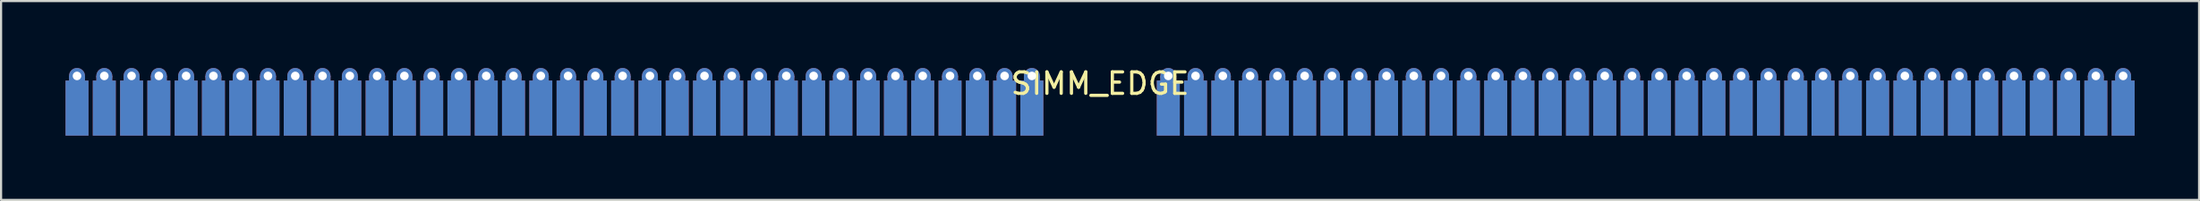
<source format=kicad_pcb>
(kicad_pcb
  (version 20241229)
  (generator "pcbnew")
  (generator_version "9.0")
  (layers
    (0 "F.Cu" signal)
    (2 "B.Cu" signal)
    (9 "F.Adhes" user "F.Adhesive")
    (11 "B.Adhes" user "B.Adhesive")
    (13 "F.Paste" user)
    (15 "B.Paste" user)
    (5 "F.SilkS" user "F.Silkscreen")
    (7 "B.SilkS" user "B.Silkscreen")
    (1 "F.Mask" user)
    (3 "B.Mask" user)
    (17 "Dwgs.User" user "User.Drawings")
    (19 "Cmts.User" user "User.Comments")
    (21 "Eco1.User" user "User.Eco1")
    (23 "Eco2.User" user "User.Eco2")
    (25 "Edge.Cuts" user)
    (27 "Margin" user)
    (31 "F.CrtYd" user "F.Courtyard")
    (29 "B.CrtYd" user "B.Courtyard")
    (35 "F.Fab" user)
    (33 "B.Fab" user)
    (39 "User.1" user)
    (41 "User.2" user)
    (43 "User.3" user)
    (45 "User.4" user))
  (footprint "SIMM_EDGE"
    (layer "F.Cu")
    (at 48.16 1.348)
    (property "Reference" "SIMM_EDGE" (at 0 -0.5 0) (unlocked yes) (layer "F.SilkS") (effects (font (size 1 1) (thickness 0.15))))
    (attr smd)
    (pad "1" thru_hole circle (at 47.625 -0.857) (size 0.741 0.741) (drill 0.399) (layers "*.Cu" "*.Mask"))
    (pad "1" connect rect (at 47.625 0.427) (size 0.741 2.569) (layers "F.Cu" "F.Mask"))
    (pad "1" connect rect (at 47.625 0.427) (size 0.741 2.569) (layers "B.Cu" "B.Mask"))
    (pad "1" connect rect (at 47.625 0.643) (size 1.07 2.569) (layers "F.Cu" "F.Mask"))
    (pad "1" connect rect (at 47.625 0.643) (size 1.07 2.569) (layers "B.Cu" "B.Mask"))
    (pad "2" thru_hole circle (at 46.355 -0.857) (size 0.741 0.741) (drill 0.399) (layers "*.Cu" "*.Mask"))
    (pad "2" connect rect (at 46.355 0.427) (size 0.741 2.569) (layers "F.Cu" "F.Mask"))
    (pad "2" connect rect (at 46.355 0.427) (size 0.741 2.569) (layers "B.Cu" "B.Mask"))
    (pad "2" connect rect (at 46.355 0.643) (size 1.07 2.569) (layers "F.Cu" "F.Mask"))
    (pad "2" connect rect (at 46.355 0.643) (size 1.07 2.569) (layers "B.Cu" "B.Mask"))
    (pad "3" thru_hole circle (at 45.085 -0.857) (size 0.741 0.741) (drill 0.399) (layers "*.Cu" "*.Mask"))
    (pad "3" connect rect (at 45.085 0.427) (size 0.741 2.569) (layers "F.Cu" "F.Mask"))
    (pad "3" connect rect (at 45.085 0.427) (size 0.741 2.569) (layers "B.Cu" "B.Mask"))
    (pad "3" connect rect (at 45.085 0.643) (size 1.07 2.569) (layers "F.Cu" "F.Mask"))
    (pad "3" connect rect (at 45.085 0.643) (size 1.07 2.569) (layers "B.Cu" "B.Mask"))
    (pad "4" thru_hole circle (at 43.815 -0.857) (size 0.741 0.741) (drill 0.399) (layers "*.Cu" "*.Mask"))
    (pad "4" connect rect (at 43.815 0.427) (size 0.741 2.569) (layers "F.Cu" "F.Mask"))
    (pad "4" connect rect (at 43.815 0.427) (size 0.741 2.569) (layers "B.Cu" "B.Mask"))
    (pad "4" connect rect (at 43.815 0.643) (size 1.07 2.569) (layers "F.Cu" "F.Mask"))
    (pad "4" connect rect (at 43.815 0.643) (size 1.07 2.569) (layers "B.Cu" "B.Mask"))
    (pad "5" thru_hole circle (at 42.545 -0.857) (size 0.741 0.741) (drill 0.399) (layers "*.Cu" "*.Mask"))
    (pad "5" connect rect (at 42.545 0.427) (size 0.741 2.569) (layers "F.Cu" "F.Mask"))
    (pad "5" connect rect (at 42.545 0.427) (size 0.741 2.569) (layers "B.Cu" "B.Mask"))
    (pad "5" connect rect (at 42.545 0.643) (size 1.07 2.569) (layers "F.Cu" "F.Mask"))
    (pad "5" connect rect (at 42.545 0.643) (size 1.07 2.569) (layers "B.Cu" "B.Mask"))
    (pad "6" thru_hole circle (at 41.275 -0.857) (size 0.741 0.741) (drill 0.399) (layers "*.Cu" "*.Mask"))
    (pad "6" connect rect (at 41.275 0.427) (size 0.741 2.569) (layers "F.Cu" "F.Mask"))
    (pad "6" connect rect (at 41.275 0.427) (size 0.741 2.569) (layers "B.Cu" "B.Mask"))
    (pad "6" connect rect (at 41.275 0.643) (size 1.07 2.569) (layers "F.Cu" "F.Mask"))
    (pad "6" connect rect (at 41.275 0.643) (size 1.07 2.569) (layers "B.Cu" "B.Mask"))
    (pad "7" thru_hole circle (at 40.005 -0.857) (size 0.741 0.741) (drill 0.399) (layers "*.Cu" "*.Mask"))
    (pad "7" connect rect (at 40.005 0.427) (size 0.741 2.569) (layers "F.Cu" "F.Mask"))
    (pad "7" connect rect (at 40.005 0.427) (size 0.741 2.569) (layers "B.Cu" "B.Mask"))
    (pad "7" connect rect (at 40.005 0.643) (size 1.07 2.569) (layers "F.Cu" "F.Mask"))
    (pad "7" connect rect (at 40.005 0.643) (size 1.07 2.569) (layers "B.Cu" "B.Mask"))
    (pad "8" thru_hole circle (at 38.735 -0.857) (size 0.741 0.741) (drill 0.399) (layers "*.Cu" "*.Mask"))
    (pad "8" connect rect (at 38.735 0.427) (size 0.741 2.569) (layers "F.Cu" "F.Mask"))
    (pad "8" connect rect (at 38.735 0.427) (size 0.741 2.569) (layers "B.Cu" "B.Mask"))
    (pad "8" connect rect (at 38.735 0.643) (size 1.07 2.569) (layers "F.Cu" "F.Mask"))
    (pad "8" connect rect (at 38.735 0.643) (size 1.07 2.569) (layers "B.Cu" "B.Mask"))
    (pad "9" thru_hole circle (at 37.465 -0.857) (size 0.741 0.741) (drill 0.399) (layers "*.Cu" "*.Mask"))
    (pad "9" connect rect (at 37.465 0.427) (size 0.741 2.569) (layers "F.Cu" "F.Mask"))
    (pad "9" connect rect (at 37.465 0.427) (size 0.741 2.569) (layers "B.Cu" "B.Mask"))
    (pad "9" connect rect (at 37.465 0.643) (size 1.07 2.569) (layers "F.Cu" "F.Mask"))
    (pad "9" connect rect (at 37.465 0.643) (size 1.07 2.569) (layers "B.Cu" "B.Mask"))
    (pad "10" thru_hole circle (at 36.195 -0.857) (size 0.741 0.741) (drill 0.399) (layers "*.Cu" "*.Mask"))
    (pad "10" connect rect (at 36.195 0.427) (size 0.741 2.569) (layers "F.Cu" "F.Mask"))
    (pad "10" connect rect (at 36.195 0.427) (size 0.741 2.569) (layers "B.Cu" "B.Mask"))
    (pad "10" connect rect (at 36.195 0.643) (size 1.07 2.569) (layers "F.Cu" "F.Mask"))
    (pad "10" connect rect (at 36.195 0.643) (size 1.07 2.569) (layers "B.Cu" "B.Mask"))
    (pad "11" thru_hole circle (at 34.925 -0.857) (size 0.741 0.741) (drill 0.399) (layers "*.Cu" "*.Mask"))
    (pad "11" connect rect (at 34.925 0.427) (size 0.741 2.569) (layers "F.Cu" "F.Mask"))
    (pad "11" connect rect (at 34.925 0.427) (size 0.741 2.569) (layers "B.Cu" "B.Mask"))
    (pad "11" connect rect (at 34.925 0.643) (size 1.07 2.569) (layers "F.Cu" "F.Mask"))
    (pad "11" connect rect (at 34.925 0.643) (size 1.07 2.569) (layers "B.Cu" "B.Mask"))
    (pad "12" thru_hole circle (at 33.655 -0.857) (size 0.741 0.741) (drill 0.399) (layers "*.Cu" "*.Mask"))
    (pad "12" connect rect (at 33.655 0.427) (size 0.741 2.569) (layers "F.Cu" "F.Mask"))
    (pad "12" connect rect (at 33.655 0.427) (size 0.741 2.569) (layers "B.Cu" "B.Mask"))
    (pad "12" connect rect (at 33.655 0.643) (size 1.07 2.569) (layers "F.Cu" "F.Mask"))
    (pad "12" connect rect (at 33.655 0.643) (size 1.07 2.569) (layers "B.Cu" "B.Mask"))
    (pad "13" thru_hole circle (at 32.385 -0.857) (size 0.741 0.741) (drill 0.399) (layers "*.Cu" "*.Mask"))
    (pad "13" connect rect (at 32.385 0.427) (size 0.741 2.569) (layers "F.Cu" "F.Mask"))
    (pad "13" connect rect (at 32.385 0.427) (size 0.741 2.569) (layers "B.Cu" "B.Mask"))
    (pad "13" connect rect (at 32.385 0.643) (size 1.07 2.569) (layers "F.Cu" "F.Mask"))
    (pad "13" connect rect (at 32.385 0.643) (size 1.07 2.569) (layers "B.Cu" "B.Mask"))
    (pad "14" thru_hole circle (at 31.115 -0.857) (size 0.741 0.741) (drill 0.399) (layers "*.Cu" "*.Mask"))
    (pad "14" connect rect (at 31.115 0.427) (size 0.741 2.569) (layers "F.Cu" "F.Mask"))
    (pad "14" connect rect (at 31.115 0.427) (size 0.741 2.569) (layers "B.Cu" "B.Mask"))
    (pad "14" connect rect (at 31.115 0.643) (size 1.07 2.569) (layers "F.Cu" "F.Mask"))
    (pad "14" connect rect (at 31.115 0.643) (size 1.07 2.569) (layers "B.Cu" "B.Mask"))
    (pad "15" thru_hole circle (at 29.845 -0.857) (size 0.741 0.741) (drill 0.399) (layers "*.Cu" "*.Mask"))
    (pad "15" connect rect (at 29.845 0.427) (size 0.741 2.569) (layers "F.Cu" "F.Mask"))
    (pad "15" connect rect (at 29.845 0.427) (size 0.741 2.569) (layers "B.Cu" "B.Mask"))
    (pad "15" connect rect (at 29.845 0.643) (size 1.07 2.569) (layers "F.Cu" "F.Mask"))
    (pad "15" connect rect (at 29.845 0.643) (size 1.07 2.569) (layers "B.Cu" "B.Mask"))
    (pad "16" thru_hole circle (at 28.575 -0.857) (size 0.741 0.741) (drill 0.399) (layers "*.Cu" "*.Mask"))
    (pad "16" connect rect (at 28.575 0.427) (size 0.741 2.569) (layers "F.Cu" "F.Mask"))
    (pad "16" connect rect (at 28.575 0.427) (size 0.741 2.569) (layers "B.Cu" "B.Mask"))
    (pad "16" connect rect (at 28.575 0.643) (size 1.07 2.569) (layers "F.Cu" "F.Mask"))
    (pad "16" connect rect (at 28.575 0.643) (size 1.07 2.569) (layers "B.Cu" "B.Mask"))
    (pad "17" thru_hole circle (at 27.305 -0.857) (size 0.741 0.741) (drill 0.399) (layers "*.Cu" "*.Mask"))
    (pad "17" connect rect (at 27.305 0.427) (size 0.741 2.569) (layers "F.Cu" "F.Mask"))
    (pad "17" connect rect (at 27.305 0.427) (size 0.741 2.569) (layers "B.Cu" "B.Mask"))
    (pad "17" connect rect (at 27.305 0.643) (size 1.07 2.569) (layers "F.Cu" "F.Mask"))
    (pad "17" connect rect (at 27.305 0.643) (size 1.07 2.569) (layers "B.Cu" "B.Mask"))
    (pad "18" thru_hole circle (at 26.035 -0.857) (size 0.741 0.741) (drill 0.399) (layers "*.Cu" "*.Mask"))
    (pad "18" connect rect (at 26.035 0.427) (size 0.741 2.569) (layers "F.Cu" "F.Mask"))
    (pad "18" connect rect (at 26.035 0.427) (size 0.741 2.569) (layers "B.Cu" "B.Mask"))
    (pad "18" connect rect (at 26.035 0.643) (size 1.07 2.569) (layers "F.Cu" "F.Mask"))
    (pad "18" connect rect (at 26.035 0.643) (size 1.07 2.569) (layers "B.Cu" "B.Mask"))
    (pad "19" thru_hole circle (at 24.765 -0.857) (size 0.741 0.741) (drill 0.399) (layers "*.Cu" "*.Mask"))
    (pad "19" connect rect (at 24.765 0.427) (size 0.741 2.569) (layers "F.Cu" "F.Mask"))
    (pad "19" connect rect (at 24.765 0.427) (size 0.741 2.569) (layers "B.Cu" "B.Mask"))
    (pad "19" connect rect (at 24.765 0.643) (size 1.07 2.569) (layers "F.Cu" "F.Mask"))
    (pad "19" connect rect (at 24.765 0.643) (size 1.07 2.569) (layers "B.Cu" "B.Mask"))
    (pad "20" thru_hole circle (at 23.495 -0.857) (size 0.741 0.741) (drill 0.399) (layers "*.Cu" "*.Mask"))
    (pad "20" connect rect (at 23.495 0.427) (size 0.741 2.569) (layers "F.Cu" "F.Mask"))
    (pad "20" connect rect (at 23.495 0.427) (size 0.741 2.569) (layers "B.Cu" "B.Mask"))
    (pad "20" connect rect (at 23.495 0.643) (size 1.07 2.569) (layers "F.Cu" "F.Mask"))
    (pad "20" connect rect (at 23.495 0.643) (size 1.07 2.569) (layers "B.Cu" "B.Mask"))
    (pad "21" thru_hole circle (at 22.225 -0.857) (size 0.741 0.741) (drill 0.399) (layers "*.Cu" "*.Mask"))
    (pad "21" connect rect (at 22.225 0.427) (size 0.741 2.569) (layers "F.Cu" "F.Mask"))
    (pad "21" connect rect (at 22.225 0.427) (size 0.741 2.569) (layers "B.Cu" "B.Mask"))
    (pad "21" connect rect (at 22.225 0.643) (size 1.07 2.569) (layers "F.Cu" "F.Mask"))
    (pad "21" connect rect (at 22.225 0.643) (size 1.07 2.569) (layers "B.Cu" "B.Mask"))
    (pad "22" thru_hole circle (at 20.955 -0.857) (size 0.741 0.741) (drill 0.399) (layers "*.Cu" "*.Mask"))
    (pad "22" connect rect (at 20.955 0.427) (size 0.741 2.569) (layers "F.Cu" "F.Mask"))
    (pad "22" connect rect (at 20.955 0.427) (size 0.741 2.569) (layers "B.Cu" "B.Mask"))
    (pad "22" connect rect (at 20.955 0.643) (size 1.07 2.569) (layers "F.Cu" "F.Mask"))
    (pad "22" connect rect (at 20.955 0.643) (size 1.07 2.569) (layers "B.Cu" "B.Mask"))
    (pad "23" thru_hole circle (at 19.685 -0.857) (size 0.741 0.741) (drill 0.399) (layers "*.Cu" "*.Mask"))
    (pad "23" connect rect (at 19.685 0.427) (size 0.741 2.569) (layers "F.Cu" "F.Mask"))
    (pad "23" connect rect (at 19.685 0.427) (size 0.741 2.569) (layers "B.Cu" "B.Mask"))
    (pad "23" connect rect (at 19.685 0.643) (size 1.07 2.569) (layers "F.Cu" "F.Mask"))
    (pad "23" connect rect (at 19.685 0.643) (size 1.07 2.569) (layers "B.Cu" "B.Mask"))
    (pad "24" thru_hole circle (at 18.415 -0.857) (size 0.741 0.741) (drill 0.399) (layers "*.Cu" "*.Mask"))
    (pad "24" connect rect (at 18.415 0.427) (size 0.741 2.569) (layers "F.Cu" "F.Mask"))
    (pad "24" connect rect (at 18.415 0.427) (size 0.741 2.569) (layers "B.Cu" "B.Mask"))
    (pad "24" connect rect (at 18.415 0.643) (size 1.07 2.569) (layers "F.Cu" "F.Mask"))
    (pad "24" connect rect (at 18.415 0.643) (size 1.07 2.569) (layers "B.Cu" "B.Mask"))
    (pad "25" thru_hole circle (at 17.145 -0.857) (size 0.741 0.741) (drill 0.399) (layers "*.Cu" "*.Mask"))
    (pad "25" connect rect (at 17.145 0.427) (size 0.741 2.569) (layers "F.Cu" "F.Mask"))
    (pad "25" connect rect (at 17.145 0.427) (size 0.741 2.569) (layers "B.Cu" "B.Mask"))
    (pad "25" connect rect (at 17.145 0.643) (size 1.07 2.569) (layers "F.Cu" "F.Mask"))
    (pad "25" connect rect (at 17.145 0.643) (size 1.07 2.569) (layers "B.Cu" "B.Mask"))
    (pad "26" thru_hole circle (at 15.875 -0.857) (size 0.741 0.741) (drill 0.399) (layers "*.Cu" "*.Mask"))
    (pad "26" connect rect (at 15.875 0.427) (size 0.741 2.569) (layers "F.Cu" "F.Mask"))
    (pad "26" connect rect (at 15.875 0.427) (size 0.741 2.569) (layers "B.Cu" "B.Mask"))
    (pad "26" connect rect (at 15.875 0.643) (size 1.07 2.569) (layers "F.Cu" "F.Mask"))
    (pad "26" connect rect (at 15.875 0.643) (size 1.07 2.569) (layers "B.Cu" "B.Mask"))
    (pad "27" thru_hole circle (at 14.605 -0.857) (size 0.741 0.741) (drill 0.399) (layers "*.Cu" "*.Mask"))
    (pad "27" connect rect (at 14.605 0.427) (size 0.741 2.569) (layers "F.Cu" "F.Mask"))
    (pad "27" connect rect (at 14.605 0.427) (size 0.741 2.569) (layers "B.Cu" "B.Mask"))
    (pad "27" connect rect (at 14.605 0.643) (size 1.07 2.569) (layers "F.Cu" "F.Mask"))
    (pad "27" connect rect (at 14.605 0.643) (size 1.07 2.569) (layers "B.Cu" "B.Mask"))
    (pad "28" thru_hole circle (at 13.335 -0.857) (size 0.741 0.741) (drill 0.399) (layers "*.Cu" "*.Mask"))
    (pad "28" connect rect (at 13.335 0.427) (size 0.741 2.569) (layers "F.Cu" "F.Mask"))
    (pad "28" connect rect (at 13.335 0.427) (size 0.741 2.569) (layers "B.Cu" "B.Mask"))
    (pad "28" connect rect (at 13.335 0.643) (size 1.07 2.569) (layers "F.Cu" "F.Mask"))
    (pad "28" connect rect (at 13.335 0.643) (size 1.07 2.569) (layers "B.Cu" "B.Mask"))
    (pad "29" thru_hole circle (at 12.065 -0.857) (size 0.741 0.741) (drill 0.399) (layers "*.Cu" "*.Mask"))
    (pad "29" connect rect (at 12.065 0.427) (size 0.741 2.569) (layers "F.Cu" "F.Mask"))
    (pad "29" connect rect (at 12.065 0.427) (size 0.741 2.569) (layers "B.Cu" "B.Mask"))
    (pad "29" connect rect (at 12.065 0.643) (size 1.07 2.569) (layers "F.Cu" "F.Mask"))
    (pad "29" connect rect (at 12.065 0.643) (size 1.07 2.569) (layers "B.Cu" "B.Mask"))
    (pad "30" thru_hole circle (at 10.795 -0.857) (size 0.741 0.741) (drill 0.399) (layers "*.Cu" "*.Mask"))
    (pad "30" connect rect (at 10.795 0.427) (size 0.741 2.569) (layers "F.Cu" "F.Mask"))
    (pad "30" connect rect (at 10.795 0.427) (size 0.741 2.569) (layers "B.Cu" "B.Mask"))
    (pad "30" connect rect (at 10.795 0.643) (size 1.07 2.569) (layers "F.Cu" "F.Mask"))
    (pad "30" connect rect (at 10.795 0.643) (size 1.07 2.569) (layers "B.Cu" "B.Mask"))
    (pad "31" thru_hole circle (at 9.525 -0.857) (size 0.741 0.741) (drill 0.399) (layers "*.Cu" "*.Mask"))
    (pad "31" connect rect (at 9.525 0.427) (size 0.741 2.569) (layers "F.Cu" "F.Mask"))
    (pad "31" connect rect (at 9.525 0.427) (size 0.741 2.569) (layers "B.Cu" "B.Mask"))
    (pad "31" connect rect (at 9.525 0.643) (size 1.07 2.569) (layers "F.Cu" "F.Mask"))
    (pad "31" connect rect (at 9.525 0.643) (size 1.07 2.569) (layers "B.Cu" "B.Mask"))
    (pad "32" thru_hole circle (at 8.255 -0.857) (size 0.741 0.741) (drill 0.399) (layers "*.Cu" "*.Mask"))
    (pad "32" connect rect (at 8.255 0.427) (size 0.741 2.569) (layers "F.Cu" "F.Mask"))
    (pad "32" connect rect (at 8.255 0.427) (size 0.741 2.569) (layers "B.Cu" "B.Mask"))
    (pad "32" connect rect (at 8.255 0.643) (size 1.07 2.569) (layers "F.Cu" "F.Mask"))
    (pad "32" connect rect (at 8.255 0.643) (size 1.07 2.569) (layers "B.Cu" "B.Mask"))
    (pad "33" thru_hole circle (at 6.985 -0.857) (size 0.741 0.741) (drill 0.399) (layers "*.Cu" "*.Mask"))
    (pad "33" connect rect (at 6.985 0.427) (size 0.741 2.569) (layers "F.Cu" "F.Mask"))
    (pad "33" connect rect (at 6.985 0.427) (size 0.741 2.569) (layers "B.Cu" "B.Mask"))
    (pad "33" connect rect (at 6.985 0.643) (size 1.07 2.569) (layers "F.Cu" "F.Mask"))
    (pad "33" connect rect (at 6.985 0.643) (size 1.07 2.569) (layers "B.Cu" "B.Mask"))
    (pad "34" thru_hole circle (at 5.715 -0.857) (size 0.741 0.741) (drill 0.399) (layers "*.Cu" "*.Mask"))
    (pad "34" connect rect (at 5.715 0.427) (size 0.741 2.569) (layers "F.Cu" "F.Mask"))
    (pad "34" connect rect (at 5.715 0.427) (size 0.741 2.569) (layers "B.Cu" "B.Mask"))
    (pad "34" connect rect (at 5.715 0.643) (size 1.07 2.569) (layers "F.Cu" "F.Mask"))
    (pad "34" connect rect (at 5.715 0.643) (size 1.07 2.569) (layers "B.Cu" "B.Mask"))
    (pad "35" thru_hole circle (at 4.445 -0.857) (size 0.741 0.741) (drill 0.399) (layers "*.Cu" "*.Mask"))
    (pad "35" connect rect (at 4.445 0.427) (size 0.741 2.569) (layers "F.Cu" "F.Mask"))
    (pad "35" connect rect (at 4.445 0.427) (size 0.741 2.569) (layers "B.Cu" "B.Mask"))
    (pad "35" connect rect (at 4.445 0.643) (size 1.07 2.569) (layers "F.Cu" "F.Mask"))
    (pad "35" connect rect (at 4.445 0.643) (size 1.07 2.569) (layers "B.Cu" "B.Mask"))
    (pad "36" thru_hole circle (at 3.175 -0.857) (size 0.741 0.741) (drill 0.399) (layers "*.Cu" "*.Mask"))
    (pad "36" connect rect (at 3.175 0.427) (size 0.741 2.569) (layers "F.Cu" "F.Mask"))
    (pad "36" connect rect (at 3.175 0.427) (size 0.741 2.569) (layers "B.Cu" "B.Mask"))
    (pad "36" connect rect (at 3.175 0.643) (size 1.07 2.569) (layers "F.Cu" "F.Mask"))
    (pad "36" connect rect (at 3.175 0.643) (size 1.07 2.569) (layers "B.Cu" "B.Mask"))
    (pad "37" thru_hole circle (at -3.175 -0.857) (size 0.741 0.741) (drill 0.399) (layers "*.Cu" "*.Mask"))
    (pad "37" connect rect (at -3.175 0.427) (size 0.741 2.569) (layers "F.Cu" "F.Mask"))
    (pad "37" connect rect (at -3.175 0.427) (size 0.741 2.569) (layers "B.Cu" "B.Mask"))
    (pad "37" connect rect (at -3.175 0.643) (size 1.07 2.569) (layers "F.Cu" "F.Mask"))
    (pad "37" connect rect (at -3.175 0.643) (size 1.07 2.569) (layers "B.Cu" "B.Mask"))
    (pad "38" thru_hole circle (at -4.445 -0.857) (size 0.741 0.741) (drill 0.399) (layers "*.Cu" "*.Mask"))
    (pad "38" connect rect (at -4.445 0.427) (size 0.741 2.569) (layers "F.Cu" "F.Mask"))
    (pad "38" connect rect (at -4.445 0.427) (size 0.741 2.569) (layers "B.Cu" "B.Mask"))
    (pad "38" connect rect (at -4.445 0.643) (size 1.07 2.569) (layers "F.Cu" "F.Mask"))
    (pad "38" connect rect (at -4.445 0.643) (size 1.07 2.569) (layers "B.Cu" "B.Mask"))
    (pad "39" thru_hole circle (at -5.715 -0.857) (size 0.741 0.741) (drill 0.399) (layers "*.Cu" "*.Mask"))
    (pad "39" connect rect (at -5.715 0.427) (size 0.741 2.569) (layers "F.Cu" "F.Mask"))
    (pad "39" connect rect (at -5.715 0.427) (size 0.741 2.569) (layers "B.Cu" "B.Mask"))
    (pad "39" connect rect (at -5.715 0.643) (size 1.07 2.569) (layers "F.Cu" "F.Mask"))
    (pad "39" connect rect (at -5.715 0.643) (size 1.07 2.569) (layers "B.Cu" "B.Mask"))
    (pad "40" thru_hole circle (at -6.985 -0.857) (size 0.741 0.741) (drill 0.399) (layers "*.Cu" "*.Mask"))
    (pad "40" connect rect (at -6.985 0.427) (size 0.741 2.569) (layers "F.Cu" "F.Mask"))
    (pad "40" connect rect (at -6.985 0.427) (size 0.741 2.569) (layers "B.Cu" "B.Mask"))
    (pad "40" connect rect (at -6.985 0.643) (size 1.07 2.569) (layers "F.Cu" "F.Mask"))
    (pad "40" connect rect (at -6.985 0.643) (size 1.07 2.569) (layers "B.Cu" "B.Mask"))
    (pad "41" thru_hole circle (at -8.255 -0.857) (size 0.741 0.741) (drill 0.399) (layers "*.Cu" "*.Mask"))
    (pad "41" connect rect (at -8.255 0.427) (size 0.741 2.569) (layers "F.Cu" "F.Mask"))
    (pad "41" connect rect (at -8.255 0.427) (size 0.741 2.569) (layers "B.Cu" "B.Mask"))
    (pad "41" connect rect (at -8.255 0.643) (size 1.07 2.569) (layers "F.Cu" "F.Mask"))
    (pad "41" connect rect (at -8.255 0.643) (size 1.07 2.569) (layers "B.Cu" "B.Mask"))
    (pad "42" thru_hole circle (at -9.525 -0.857) (size 0.741 0.741) (drill 0.399) (layers "*.Cu" "*.Mask"))
    (pad "42" connect rect (at -9.525 0.427) (size 0.741 2.569) (layers "F.Cu" "F.Mask"))
    (pad "42" connect rect (at -9.525 0.427) (size 0.741 2.569) (layers "B.Cu" "B.Mask"))
    (pad "42" connect rect (at -9.525 0.643) (size 1.07 2.569) (layers "F.Cu" "F.Mask"))
    (pad "42" connect rect (at -9.525 0.643) (size 1.07 2.569) (layers "B.Cu" "B.Mask"))
    (pad "43" thru_hole circle (at -10.795 -0.857) (size 0.741 0.741) (drill 0.399) (layers "*.Cu" "*.Mask"))
    (pad "43" connect rect (at -10.795 0.427) (size 0.741 2.569) (layers "F.Cu" "F.Mask"))
    (pad "43" connect rect (at -10.795 0.427) (size 0.741 2.569) (layers "B.Cu" "B.Mask"))
    (pad "43" connect rect (at -10.795 0.643) (size 1.07 2.569) (layers "F.Cu" "F.Mask"))
    (pad "43" connect rect (at -10.795 0.643) (size 1.07 2.569) (layers "B.Cu" "B.Mask"))
    (pad "44" thru_hole circle (at -12.065 -0.857) (size 0.741 0.741) (drill 0.399) (layers "*.Cu" "*.Mask"))
    (pad "44" connect rect (at -12.065 0.427) (size 0.741 2.569) (layers "F.Cu" "F.Mask"))
    (pad "44" connect rect (at -12.065 0.427) (size 0.741 2.569) (layers "B.Cu" "B.Mask"))
    (pad "44" connect rect (at -12.065 0.643) (size 1.07 2.569) (layers "F.Cu" "F.Mask"))
    (pad "44" connect rect (at -12.065 0.643) (size 1.07 2.569) (layers "B.Cu" "B.Mask"))
    (pad "45" thru_hole circle (at -13.335 -0.857) (size 0.741 0.741) (drill 0.399) (layers "*.Cu" "*.Mask"))
    (pad "45" connect rect (at -13.335 0.427) (size 0.741 2.569) (layers "F.Cu" "F.Mask"))
    (pad "45" connect rect (at -13.335 0.427) (size 0.741 2.569) (layers "B.Cu" "B.Mask"))
    (pad "45" connect rect (at -13.335 0.643) (size 1.07 2.569) (layers "F.Cu" "F.Mask"))
    (pad "45" connect rect (at -13.335 0.643) (size 1.07 2.569) (layers "B.Cu" "B.Mask"))
    (pad "46" thru_hole circle (at -14.605 -0.857) (size 0.741 0.741) (drill 0.399) (layers "*.Cu" "*.Mask"))
    (pad "46" connect rect (at -14.605 0.427) (size 0.741 2.569) (layers "F.Cu" "F.Mask"))
    (pad "46" connect rect (at -14.605 0.427) (size 0.741 2.569) (layers "B.Cu" "B.Mask"))
    (pad "46" connect rect (at -14.605 0.643) (size 1.07 2.569) (layers "F.Cu" "F.Mask"))
    (pad "46" connect rect (at -14.605 0.643) (size 1.07 2.569) (layers "B.Cu" "B.Mask"))
    (pad "47" thru_hole circle (at -15.875 -0.857) (size 0.741 0.741) (drill 0.399) (layers "*.Cu" "*.Mask"))
    (pad "47" connect rect (at -15.875 0.427) (size 0.741 2.569) (layers "F.Cu" "F.Mask"))
    (pad "47" connect rect (at -15.875 0.427) (size 0.741 2.569) (layers "B.Cu" "B.Mask"))
    (pad "47" connect rect (at -15.875 0.643) (size 1.07 2.569) (layers "F.Cu" "F.Mask"))
    (pad "47" connect rect (at -15.875 0.643) (size 1.07 2.569) (layers "B.Cu" "B.Mask"))
    (pad "48" thru_hole circle (at -17.145 -0.857) (size 0.741 0.741) (drill 0.399) (layers "*.Cu" "*.Mask"))
    (pad "48" connect rect (at -17.145 0.427) (size 0.741 2.569) (layers "F.Cu" "F.Mask"))
    (pad "48" connect rect (at -17.145 0.427) (size 0.741 2.569) (layers "B.Cu" "B.Mask"))
    (pad "48" connect rect (at -17.145 0.643) (size 1.07 2.569) (layers "F.Cu" "F.Mask"))
    (pad "48" connect rect (at -17.145 0.643) (size 1.07 2.569) (layers "B.Cu" "B.Mask"))
    (pad "49" thru_hole circle (at -18.415 -0.857) (size 0.741 0.741) (drill 0.399) (layers "*.Cu" "*.Mask"))
    (pad "49" connect rect (at -18.415 0.427) (size 0.741 2.569) (layers "F.Cu" "F.Mask"))
    (pad "49" connect rect (at -18.415 0.427) (size 0.741 2.569) (layers "B.Cu" "B.Mask"))
    (pad "49" connect rect (at -18.415 0.643) (size 1.07 2.569) (layers "F.Cu" "F.Mask"))
    (pad "49" connect rect (at -18.415 0.643) (size 1.07 2.569) (layers "B.Cu" "B.Mask"))
    (pad "50" thru_hole circle (at -19.685 -0.857) (size 0.741 0.741) (drill 0.399) (layers "*.Cu" "*.Mask"))
    (pad "50" connect rect (at -19.685 0.427) (size 0.741 2.569) (layers "F.Cu" "F.Mask"))
    (pad "50" connect rect (at -19.685 0.427) (size 0.741 2.569) (layers "B.Cu" "B.Mask"))
    (pad "50" connect rect (at -19.685 0.643) (size 1.07 2.569) (layers "F.Cu" "F.Mask"))
    (pad "50" connect rect (at -19.685 0.643) (size 1.07 2.569) (layers "B.Cu" "B.Mask"))
    (pad "51" thru_hole circle (at -20.955 -0.857) (size 0.741 0.741) (drill 0.399) (layers "*.Cu" "*.Mask"))
    (pad "51" connect rect (at -20.955 0.427) (size 0.741 2.569) (layers "F.Cu" "F.Mask"))
    (pad "51" connect rect (at -20.955 0.427) (size 0.741 2.569) (layers "B.Cu" "B.Mask"))
    (pad "51" connect rect (at -20.955 0.643) (size 1.07 2.569) (layers "F.Cu" "F.Mask"))
    (pad "51" connect rect (at -20.955 0.643) (size 1.07 2.569) (layers "B.Cu" "B.Mask"))
    (pad "52" thru_hole circle (at -22.225 -0.857) (size 0.741 0.741) (drill 0.399) (layers "*.Cu" "*.Mask"))
    (pad "52" connect rect (at -22.225 0.427) (size 0.741 2.569) (layers "F.Cu" "F.Mask"))
    (pad "52" connect rect (at -22.225 0.427) (size 0.741 2.569) (layers "B.Cu" "B.Mask"))
    (pad "52" connect rect (at -22.225 0.643) (size 1.07 2.569) (layers "F.Cu" "F.Mask"))
    (pad "52" connect rect (at -22.225 0.643) (size 1.07 2.569) (layers "B.Cu" "B.Mask"))
    (pad "53" thru_hole circle (at -23.495 -0.857) (size 0.741 0.741) (drill 0.399) (layers "*.Cu" "*.Mask"))
    (pad "53" connect rect (at -23.495 0.427) (size 0.741 2.569) (layers "F.Cu" "F.Mask"))
    (pad "53" connect rect (at -23.495 0.427) (size 0.741 2.569) (layers "B.Cu" "B.Mask"))
    (pad "53" connect rect (at -23.495 0.643) (size 1.07 2.569) (layers "F.Cu" "F.Mask"))
    (pad "53" connect rect (at -23.495 0.643) (size 1.07 2.569) (layers "B.Cu" "B.Mask"))
    (pad "54" thru_hole circle (at -24.765 -0.857) (size 0.741 0.741) (drill 0.399) (layers "*.Cu" "*.Mask"))
    (pad "54" connect rect (at -24.765 0.427) (size 0.741 2.569) (layers "F.Cu" "F.Mask"))
    (pad "54" connect rect (at -24.765 0.427) (size 0.741 2.569) (layers "B.Cu" "B.Mask"))
    (pad "54" connect rect (at -24.765 0.643) (size 1.07 2.569) (layers "F.Cu" "F.Mask"))
    (pad "54" connect rect (at -24.765 0.643) (size 1.07 2.569) (layers "B.Cu" "B.Mask"))
    (pad "55" thru_hole circle (at -26.035 -0.857) (size 0.741 0.741) (drill 0.399) (layers "*.Cu" "*.Mask"))
    (pad "55" connect rect (at -26.035 0.427) (size 0.741 2.569) (layers "F.Cu" "F.Mask"))
    (pad "55" connect rect (at -26.035 0.427) (size 0.741 2.569) (layers "B.Cu" "B.Mask"))
    (pad "55" connect rect (at -26.035 0.643) (size 1.07 2.569) (layers "F.Cu" "F.Mask"))
    (pad "55" connect rect (at -26.035 0.643) (size 1.07 2.569) (layers "B.Cu" "B.Mask"))
    (pad "56" thru_hole circle (at -27.305 -0.857) (size 0.741 0.741) (drill 0.399) (layers "*.Cu" "*.Mask"))
    (pad "56" connect rect (at -27.305 0.427) (size 0.741 2.569) (layers "F.Cu" "F.Mask"))
    (pad "56" connect rect (at -27.305 0.427) (size 0.741 2.569) (layers "B.Cu" "B.Mask"))
    (pad "56" connect rect (at -27.305 0.643) (size 1.07 2.569) (layers "F.Cu" "F.Mask"))
    (pad "56" connect rect (at -27.305 0.643) (size 1.07 2.569) (layers "B.Cu" "B.Mask"))
    (pad "57" thru_hole circle (at -28.575 -0.857) (size 0.741 0.741) (drill 0.399) (layers "*.Cu" "*.Mask"))
    (pad "57" connect rect (at -28.575 0.427) (size 0.741 2.569) (layers "F.Cu" "F.Mask"))
    (pad "57" connect rect (at -28.575 0.427) (size 0.741 2.569) (layers "B.Cu" "B.Mask"))
    (pad "57" connect rect (at -28.575 0.643) (size 1.07 2.569) (layers "F.Cu" "F.Mask"))
    (pad "57" connect rect (at -28.575 0.643) (size 1.07 2.569) (layers "B.Cu" "B.Mask"))
    (pad "58" thru_hole circle (at -29.845 -0.857) (size 0.741 0.741) (drill 0.399) (layers "*.Cu" "*.Mask"))
    (pad "58" connect rect (at -29.845 0.427) (size 0.741 2.569) (layers "F.Cu" "F.Mask"))
    (pad "58" connect rect (at -29.845 0.427) (size 0.741 2.569) (layers "B.Cu" "B.Mask"))
    (pad "58" connect rect (at -29.845 0.643) (size 1.07 2.569) (layers "F.Cu" "F.Mask"))
    (pad "58" connect rect (at -29.845 0.643) (size 1.07 2.569) (layers "B.Cu" "B.Mask"))
    (pad "59" thru_hole circle (at -31.115 -0.857) (size 0.741 0.741) (drill 0.399) (layers "*.Cu" "*.Mask"))
    (pad "59" connect rect (at -31.115 0.427) (size 0.741 2.569) (layers "F.Cu" "F.Mask"))
    (pad "59" connect rect (at -31.115 0.427) (size 0.741 2.569) (layers "B.Cu" "B.Mask"))
    (pad "59" connect rect (at -31.115 0.643) (size 1.07 2.569) (layers "F.Cu" "F.Mask"))
    (pad "59" connect rect (at -31.115 0.643) (size 1.07 2.569) (layers "B.Cu" "B.Mask"))
    (pad "60" thru_hole circle (at -32.385 -0.857) (size 0.741 0.741) (drill 0.399) (layers "*.Cu" "*.Mask"))
    (pad "60" connect rect (at -32.385 0.427) (size 0.741 2.569) (layers "F.Cu" "F.Mask"))
    (pad "60" connect rect (at -32.385 0.427) (size 0.741 2.569) (layers "B.Cu" "B.Mask"))
    (pad "60" connect rect (at -32.385 0.643) (size 1.07 2.569) (layers "F.Cu" "F.Mask"))
    (pad "60" connect rect (at -32.385 0.643) (size 1.07 2.569) (layers "B.Cu" "B.Mask"))
    (pad "61" thru_hole circle (at -33.655 -0.857) (size 0.741 0.741) (drill 0.399) (layers "*.Cu" "*.Mask"))
    (pad "61" connect rect (at -33.655 0.427) (size 0.741 2.569) (layers "F.Cu" "F.Mask"))
    (pad "61" connect rect (at -33.655 0.427) (size 0.741 2.569) (layers "B.Cu" "B.Mask"))
    (pad "61" connect rect (at -33.655 0.643) (size 1.07 2.569) (layers "F.Cu" "F.Mask"))
    (pad "61" connect rect (at -33.655 0.643) (size 1.07 2.569) (layers "B.Cu" "B.Mask"))
    (pad "62" thru_hole circle (at -34.925 -0.857) (size 0.741 0.741) (drill 0.399) (layers "*.Cu" "*.Mask"))
    (pad "62" connect rect (at -34.925 0.427) (size 0.741 2.569) (layers "F.Cu" "F.Mask"))
    (pad "62" connect rect (at -34.925 0.427) (size 0.741 2.569) (layers "B.Cu" "B.Mask"))
    (pad "62" connect rect (at -34.925 0.643) (size 1.07 2.569) (layers "F.Cu" "F.Mask"))
    (pad "62" connect rect (at -34.925 0.643) (size 1.07 2.569) (layers "B.Cu" "B.Mask"))
    (pad "63" thru_hole circle (at -36.195 -0.857) (size 0.741 0.741) (drill 0.399) (layers "*.Cu" "*.Mask"))
    (pad "63" connect rect (at -36.195 0.427) (size 0.741 2.569) (layers "F.Cu" "F.Mask"))
    (pad "63" connect rect (at -36.195 0.427) (size 0.741 2.569) (layers "B.Cu" "B.Mask"))
    (pad "63" connect rect (at -36.195 0.643) (size 1.07 2.569) (layers "F.Cu" "F.Mask"))
    (pad "63" connect rect (at -36.195 0.643) (size 1.07 2.569) (layers "B.Cu" "B.Mask"))
    (pad "64" thru_hole circle (at -37.465 -0.857) (size 0.741 0.741) (drill 0.399) (layers "*.Cu" "*.Mask"))
    (pad "64" connect rect (at -37.465 0.427) (size 0.741 2.569) (layers "F.Cu" "F.Mask"))
    (pad "64" connect rect (at -37.465 0.427) (size 0.741 2.569) (layers "B.Cu" "B.Mask"))
    (pad "64" connect rect (at -37.465 0.643) (size 1.07 2.569) (layers "F.Cu" "F.Mask"))
    (pad "64" connect rect (at -37.465 0.643) (size 1.07 2.569) (layers "B.Cu" "B.Mask"))
    (pad "65" thru_hole circle (at -38.735 -0.857) (size 0.741 0.741) (drill 0.399) (layers "*.Cu" "*.Mask"))
    (pad "65" connect rect (at -38.735 0.427) (size 0.741 2.569) (layers "F.Cu" "F.Mask"))
    (pad "65" connect rect (at -38.735 0.427) (size 0.741 2.569) (layers "B.Cu" "B.Mask"))
    (pad "65" connect rect (at -38.735 0.643) (size 1.07 2.569) (layers "F.Cu" "F.Mask"))
    (pad "65" connect rect (at -38.735 0.643) (size 1.07 2.569) (layers "B.Cu" "B.Mask"))
    (pad "66" thru_hole circle (at -40.005 -0.857) (size 0.741 0.741) (drill 0.399) (layers "*.Cu" "*.Mask"))
    (pad "66" connect rect (at -40.005 0.427) (size 0.741 2.569) (layers "F.Cu" "F.Mask"))
    (pad "66" connect rect (at -40.005 0.427) (size 0.741 2.569) (layers "B.Cu" "B.Mask"))
    (pad "66" connect rect (at -40.005 0.643) (size 1.07 2.569) (layers "F.Cu" "F.Mask"))
    (pad "66" connect rect (at -40.005 0.643) (size 1.07 2.569) (layers "B.Cu" "B.Mask"))
    (pad "67" thru_hole circle (at -41.275 -0.857) (size 0.741 0.741) (drill 0.399) (layers "*.Cu" "*.Mask"))
    (pad "67" connect rect (at -41.275 0.427) (size 0.741 2.569) (layers "F.Cu" "F.Mask"))
    (pad "67" connect rect (at -41.275 0.427) (size 0.741 2.569) (layers "B.Cu" "B.Mask"))
    (pad "67" connect rect (at -41.275 0.643) (size 1.07 2.569) (layers "F.Cu" "F.Mask"))
    (pad "67" connect rect (at -41.275 0.643) (size 1.07 2.569) (layers "B.Cu" "B.Mask"))
    (pad "68" thru_hole circle (at -42.545 -0.857) (size 0.741 0.741) (drill 0.399) (layers "*.Cu" "*.Mask"))
    (pad "68" connect rect (at -42.545 0.427) (size 0.741 2.569) (layers "F.Cu" "F.Mask"))
    (pad "68" connect rect (at -42.545 0.427) (size 0.741 2.569) (layers "B.Cu" "B.Mask"))
    (pad "68" connect rect (at -42.545 0.643) (size 1.07 2.569) (layers "F.Cu" "F.Mask"))
    (pad "68" connect rect (at -42.545 0.643) (size 1.07 2.569) (layers "B.Cu" "B.Mask"))
    (pad "69" thru_hole circle (at -43.815 -0.857) (size 0.741 0.741) (drill 0.399) (layers "*.Cu" "*.Mask"))
    (pad "69" connect rect (at -43.815 0.427) (size 0.741 2.569) (layers "F.Cu" "F.Mask"))
    (pad "69" connect rect (at -43.815 0.427) (size 0.741 2.569) (layers "B.Cu" "B.Mask"))
    (pad "69" connect rect (at -43.815 0.643) (size 1.07 2.569) (layers "F.Cu" "F.Mask"))
    (pad "69" connect rect (at -43.815 0.643) (size 1.07 2.569) (layers "B.Cu" "B.Mask"))
    (pad "70" thru_hole circle (at -45.085 -0.857) (size 0.741 0.741) (drill 0.399) (layers "*.Cu" "*.Mask"))
    (pad "70" connect rect (at -45.085 0.427) (size 0.741 2.569) (layers "F.Cu" "F.Mask"))
    (pad "70" connect rect (at -45.085 0.427) (size 0.741 2.569) (layers "B.Cu" "B.Mask"))
    (pad "70" connect rect (at -45.085 0.643) (size 1.07 2.569) (layers "F.Cu" "F.Mask"))
    (pad "70" connect rect (at -45.085 0.643) (size 1.07 2.569) (layers "B.Cu" "B.Mask"))
    (pad "71" thru_hole circle (at -46.355 -0.857) (size 0.741 0.741) (drill 0.399) (layers "*.Cu" "*.Mask"))
    (pad "71" connect rect (at -46.355 0.427) (size 0.741 2.569) (layers "F.Cu" "F.Mask"))
    (pad "71" connect rect (at -46.355 0.427) (size 0.741 2.569) (layers "B.Cu" "B.Mask"))
    (pad "71" connect rect (at -46.355 0.643) (size 1.07 2.569) (layers "F.Cu" "F.Mask"))
    (pad "71" connect rect (at -46.355 0.643) (size 1.07 2.569) (layers "B.Cu" "B.Mask"))
    (pad "72" thru_hole circle (at -47.625 -0.857) (size 0.741 0.741) (drill 0.399) (layers "*.Cu" "*.Mask"))
    (pad "72" connect rect (at -47.625 0.427) (size 0.741 2.569) (layers "F.Cu" "F.Mask"))
    (pad "72" connect rect (at -47.625 0.427) (size 0.741 2.569) (layers "B.Cu" "B.Mask"))
    (pad "72" connect rect (at -47.625 0.643) (size 1.07 2.569) (layers "F.Cu" "F.Mask"))
    (pad "72" connect rect (at -47.625 0.643) (size 1.07 2.569) (layers "B.Cu" "B.Mask")))
  (gr_rect
    (start -3 -3)
    (end 99.32 6.276)
    (stroke (width 0.1) (type default))
    (fill no)
    (layer "Edge.Cuts")))
</source>
